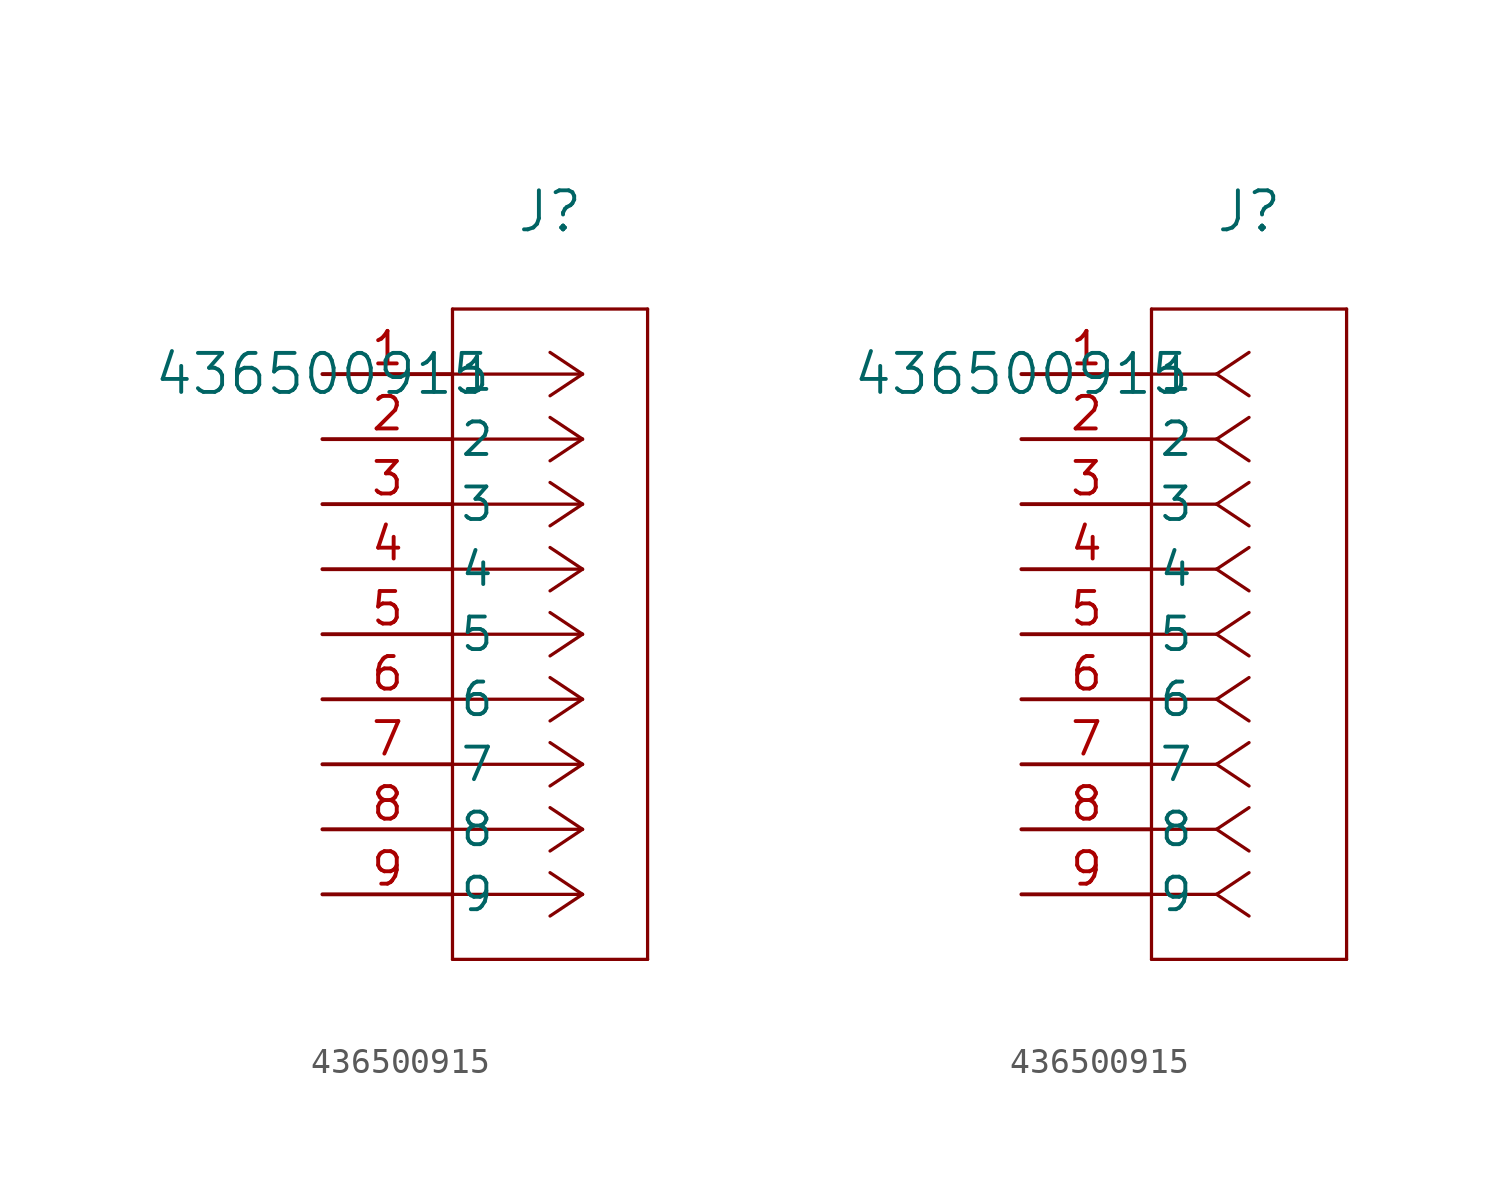
<source format=kicad_sym>
(kicad_symbol_lib
  (version 20211014)
  (generator kicad_symbol_editor)
  (symbol "436500915"
    (pin_names
      (offset 0.254))
    (property "Reference" "J"
      (at 8.89 6.35 0)
      (effects (font (size 1.524 1.524))))
    (property "Value" "436500915"
      (at 0 0 0)
      (effects (font (size 1.524 1.524))))
    (symbol "436500915_1_1"
      (polyline (pts (xy 10.16 0) (xy 5.08 0)) (stroke (width 0.127) (type default) (color 0 0 0 0)) (fill (type none)))
      (polyline (pts (xy 10.16 -2.54) (xy 5.08 -2.54)) (stroke (width 0.127) (type default) (color 0 0 0 0)) (fill (type none)))
      (polyline (pts (xy 10.16 -5.08) (xy 5.08 -5.08)) (stroke (width 0.127) (type default) (color 0 0 0 0)) (fill (type none)))
      (polyline (pts (xy 10.16 -7.62) (xy 5.08 -7.62)) (stroke (width 0.127) (type default) (color 0 0 0 0)) (fill (type none)))
      (polyline (pts (xy 10.16 -10.16) (xy 5.08 -10.16)) (stroke (width 0.127) (type default) (color 0 0 0 0)) (fill (type none)))
      (polyline (pts (xy 10.16 -12.7) (xy 5.08 -12.7)) (stroke (width 0.127) (type default) (color 0 0 0 0)) (fill (type none)))
      (polyline (pts (xy 10.16 -15.24) (xy 5.08 -15.24)) (stroke (width 0.127) (type default) (color 0 0 0 0)) (fill (type none)))
      (polyline (pts (xy 10.16 -17.78) (xy 5.08 -17.78)) (stroke (width 0.127) (type default) (color 0 0 0 0)) (fill (type none)))
      (polyline (pts (xy 10.16 -20.32) (xy 5.08 -20.32)) (stroke (width 0.127) (type default) (color 0 0 0 0)) (fill (type none)))
      (polyline (pts (xy 10.16 0) (xy 8.89 0.847)) (stroke (width 0.127) (type default) (color 0 0 0 0)) (fill (type none)))
      (polyline (pts (xy 10.16 -2.54) (xy 8.89 -1.693)) (stroke (width 0.127) (type default) (color 0 0 0 0)) (fill (type none)))
      (polyline (pts (xy 10.16 -5.08) (xy 8.89 -4.233)) (stroke (width 0.127) (type default) (color 0 0 0 0)) (fill (type none)))
      (polyline (pts (xy 10.16 -7.62) (xy 8.89 -6.773)) (stroke (width 0.127) (type default) (color 0 0 0 0)) (fill (type none)))
      (polyline (pts (xy 10.16 -10.16) (xy 8.89 -9.313)) (stroke (width 0.127) (type default) (color 0 0 0 0)) (fill (type none)))
      (polyline (pts (xy 10.16 -12.7) (xy 8.89 -11.853)) (stroke (width 0.127) (type default) (color 0 0 0 0)) (fill (type none)))
      (polyline (pts (xy 10.16 -15.24) (xy 8.89 -14.393)) (stroke (width 0.127) (type default) (color 0 0 0 0)) (fill (type none)))
      (polyline (pts (xy 10.16 -17.78) (xy 8.89 -16.933)) (stroke (width 0.127) (type default) (color 0 0 0 0)) (fill (type none)))
      (polyline (pts (xy 10.16 -20.32) (xy 8.89 -19.473)) (stroke (width 0.127) (type default) (color 0 0 0 0)) (fill (type none)))
      (polyline (pts (xy 10.16 0) (xy 8.89 -0.847)) (stroke (width 0.127) (type default) (color 0 0 0 0)) (fill (type none)))
      (polyline (pts (xy 10.16 -2.54) (xy 8.89 -3.387)) (stroke (width 0.127) (type default) (color 0 0 0 0)) (fill (type none)))
      (polyline (pts (xy 10.16 -5.08) (xy 8.89 -5.927)) (stroke (width 0.127) (type default) (color 0 0 0 0)) (fill (type none)))
      (polyline (pts (xy 10.16 -7.62) (xy 8.89 -8.467)) (stroke (width 0.127) (type default) (color 0 0 0 0)) (fill (type none)))
      (polyline (pts (xy 10.16 -10.16) (xy 8.89 -11.007)) (stroke (width 0.127) (type default) (color 0 0 0 0)) (fill (type none)))
      (polyline (pts (xy 10.16 -12.7) (xy 8.89 -13.547)) (stroke (width 0.127) (type default) (color 0 0 0 0)) (fill (type none)))
      (polyline (pts (xy 10.16 -15.24) (xy 8.89 -16.087)) (stroke (width 0.127) (type default) (color 0 0 0 0)) (fill (type none)))
      (polyline (pts (xy 10.16 -17.78) (xy 8.89 -18.627)) (stroke (width 0.127) (type default) (color 0 0 0 0)) (fill (type none)))
      (polyline (pts (xy 10.16 -20.32) (xy 8.89 -21.167)) (stroke (width 0.127) (type default) (color 0 0 0 0)) (fill (type none)))
      (polyline (pts (xy 5.08 2.54) (xy 5.08 -22.86)) (stroke (width 0.127) (type default) (color 0 0 0 0)) (fill (type none)))
      (polyline (pts (xy 5.08 -22.86) (xy 12.7 -22.86)) (stroke (width 0.127) (type default) (color 0 0 0 0)) (fill (type none)))
      (polyline (pts (xy 12.7 -22.86) (xy 12.7 2.54)) (stroke (width 0.127) (type default) (color 0 0 0 0)) (fill (type none)))
      (polyline (pts (xy 12.7 2.54) (xy 5.08 2.54)) (stroke (width 0.127) (type default) (color 0 0 0 0)) (fill (type none)))
      (pin unspecified line (at 0 0 0) (length 5.08) (name "1" (effects (font (size 1.27 1.27)))) (number "1" (effects (font (size 1.27 1.27)))))
      (pin unspecified line (at 0 -2.54 0) (length 5.08) (name "2" (effects (font (size 1.27 1.27)))) (number "2" (effects (font (size 1.27 1.27)))))
      (pin unspecified line (at 0 -5.08 0) (length 5.08) (name "3" (effects (font (size 1.27 1.27)))) (number "3" (effects (font (size 1.27 1.27)))))
      (pin unspecified line (at 0 -7.62 0) (length 5.08) (name "4" (effects (font (size 1.27 1.27)))) (number "4" (effects (font (size 1.27 1.27)))))
      (pin unspecified line (at 0 -10.16 0) (length 5.08) (name "5" (effects (font (size 1.27 1.27)))) (number "5" (effects (font (size 1.27 1.27)))))
      (pin unspecified line (at 0 -12.7 0) (length 5.08) (name "6" (effects (font (size 1.27 1.27)))) (number "6" (effects (font (size 1.27 1.27)))))
      (pin unspecified line (at 0 -15.24 0) (length 5.08) (name "7" (effects (font (size 1.27 1.27)))) (number "7" (effects (font (size 1.27 1.27)))))
      (pin unspecified line (at 0 -17.78 0) (length 5.08) (name "8" (effects (font (size 1.27 1.27)))) (number "8" (effects (font (size 1.27 1.27)))))
      (pin unspecified line (at 0 -20.32 0) (length 5.08) (name "9" (effects (font (size 1.27 1.27)))) (number "9" (effects (font (size 1.27 1.27))))))
    (symbol "436500915_1_2"
      (polyline (pts (xy 7.62 0) (xy 5.08 0)) (stroke (width 0.127) (type default) (color 0 0 0 0)) (fill (type none)))
      (polyline (pts (xy 7.62 -2.54) (xy 5.08 -2.54)) (stroke (width 0.127) (type default) (color 0 0 0 0)) (fill (type none)))
      (polyline (pts (xy 7.62 -5.08) (xy 5.08 -5.08)) (stroke (width 0.127) (type default) (color 0 0 0 0)) (fill (type none)))
      (polyline (pts (xy 7.62 -7.62) (xy 5.08 -7.62)) (stroke (width 0.127) (type default) (color 0 0 0 0)) (fill (type none)))
      (polyline (pts (xy 7.62 -10.16) (xy 5.08 -10.16)) (stroke (width 0.127) (type default) (color 0 0 0 0)) (fill (type none)))
      (polyline (pts (xy 7.62 -12.7) (xy 5.08 -12.7)) (stroke (width 0.127) (type default) (color 0 0 0 0)) (fill (type none)))
      (polyline (pts (xy 7.62 -15.24) (xy 5.08 -15.24)) (stroke (width 0.127) (type default) (color 0 0 0 0)) (fill (type none)))
      (polyline (pts (xy 7.62 -17.78) (xy 5.08 -17.78)) (stroke (width 0.127) (type default) (color 0 0 0 0)) (fill (type none)))
      (polyline (pts (xy 7.62 -20.32) (xy 5.08 -20.32)) (stroke (width 0.127) (type default) (color 0 0 0 0)) (fill (type none)))
      (polyline (pts (xy 7.62 0) (xy 8.89 0.847)) (stroke (width 0.127) (type default) (color 0 0 0 0)) (fill (type none)))
      (polyline (pts (xy 7.62 -2.54) (xy 8.89 -1.693)) (stroke (width 0.127) (type default) (color 0 0 0 0)) (fill (type none)))
      (polyline (pts (xy 7.62 -5.08) (xy 8.89 -4.233)) (stroke (width 0.127) (type default) (color 0 0 0 0)) (fill (type none)))
      (polyline (pts (xy 7.62 -7.62) (xy 8.89 -6.773)) (stroke (width 0.127) (type default) (color 0 0 0 0)) (fill (type none)))
      (polyline (pts (xy 7.62 -10.16) (xy 8.89 -9.313)) (stroke (width 0.127) (type default) (color 0 0 0 0)) (fill (type none)))
      (polyline (pts (xy 7.62 -12.7) (xy 8.89 -11.853)) (stroke (width 0.127) (type default) (color 0 0 0 0)) (fill (type none)))
      (polyline (pts (xy 7.62 -15.24) (xy 8.89 -14.393)) (stroke (width 0.127) (type default) (color 0 0 0 0)) (fill (type none)))
      (polyline (pts (xy 7.62 -17.78) (xy 8.89 -16.933)) (stroke (width 0.127) (type default) (color 0 0 0 0)) (fill (type none)))
      (polyline (pts (xy 7.62 -20.32) (xy 8.89 -19.473)) (stroke (width 0.127) (type default) (color 0 0 0 0)) (fill (type none)))
      (polyline (pts (xy 7.62 0) (xy 8.89 -0.847)) (stroke (width 0.127) (type default) (color 0 0 0 0)) (fill (type none)))
      (polyline (pts (xy 7.62 -2.54) (xy 8.89 -3.387)) (stroke (width 0.127) (type default) (color 0 0 0 0)) (fill (type none)))
      (polyline (pts (xy 7.62 -5.08) (xy 8.89 -5.927)) (stroke (width 0.127) (type default) (color 0 0 0 0)) (fill (type none)))
      (polyline (pts (xy 7.62 -7.62) (xy 8.89 -8.467)) (stroke (width 0.127) (type default) (color 0 0 0 0)) (fill (type none)))
      (polyline (pts (xy 7.62 -10.16) (xy 8.89 -11.007)) (stroke (width 0.127) (type default) (color 0 0 0 0)) (fill (type none)))
      (polyline (pts (xy 7.62 -12.7) (xy 8.89 -13.547)) (stroke (width 0.127) (type default) (color 0 0 0 0)) (fill (type none)))
      (polyline (pts (xy 7.62 -15.24) (xy 8.89 -16.087)) (stroke (width 0.127) (type default) (color 0 0 0 0)) (fill (type none)))
      (polyline (pts (xy 7.62 -17.78) (xy 8.89 -18.627)) (stroke (width 0.127) (type default) (color 0 0 0 0)) (fill (type none)))
      (polyline (pts (xy 7.62 -20.32) (xy 8.89 -21.167)) (stroke (width 0.127) (type default) (color 0 0 0 0)) (fill (type none)))
      (polyline (pts (xy 5.08 2.54) (xy 5.08 -22.86)) (stroke (width 0.127) (type default) (color 0 0 0 0)) (fill (type none)))
      (polyline (pts (xy 5.08 -22.86) (xy 12.7 -22.86)) (stroke (width 0.127) (type default) (color 0 0 0 0)) (fill (type none)))
      (polyline (pts (xy 12.7 -22.86) (xy 12.7 2.54)) (stroke (width 0.127) (type default) (color 0 0 0 0)) (fill (type none)))
      (polyline (pts (xy 12.7 2.54) (xy 5.08 2.54)) (stroke (width 0.127) (type default) (color 0 0 0 0)) (fill (type none)))
      (pin unspecified line (at 0 0 0) (length 5.08) (name "1" (effects (font (size 1.27 1.27)))) (number "1" (effects (font (size 1.27 1.27)))))
      (pin unspecified line (at 0 -2.54 0) (length 5.08) (name "2" (effects (font (size 1.27 1.27)))) (number "2" (effects (font (size 1.27 1.27)))))
      (pin unspecified line (at 0 -5.08 0) (length 5.08) (name "3" (effects (font (size 1.27 1.27)))) (number "3" (effects (font (size 1.27 1.27)))))
      (pin unspecified line (at 0 -7.62 0) (length 5.08) (name "4" (effects (font (size 1.27 1.27)))) (number "4" (effects (font (size 1.27 1.27)))))
      (pin unspecified line (at 0 -10.16 0) (length 5.08) (name "5" (effects (font (size 1.27 1.27)))) (number "5" (effects (font (size 1.27 1.27)))))
      (pin unspecified line (at 0 -12.7 0) (length 5.08) (name "6" (effects (font (size 1.27 1.27)))) (number "6" (effects (font (size 1.27 1.27)))))
      (pin unspecified line (at 0 -15.24 0) (length 5.08) (name "7" (effects (font (size 1.27 1.27)))) (number "7" (effects (font (size 1.27 1.27)))))
      (pin unspecified line (at 0 -17.78 0) (length 5.08) (name "8" (effects (font (size 1.27 1.27)))) (number "8" (effects (font (size 1.27 1.27)))))
      (pin unspecified line (at 0 -20.32 0) (length 5.08) (name "9" (effects (font (size 1.27 1.27)))) (number "9" (effects (font (size 1.27 1.27))))))))
</source>
